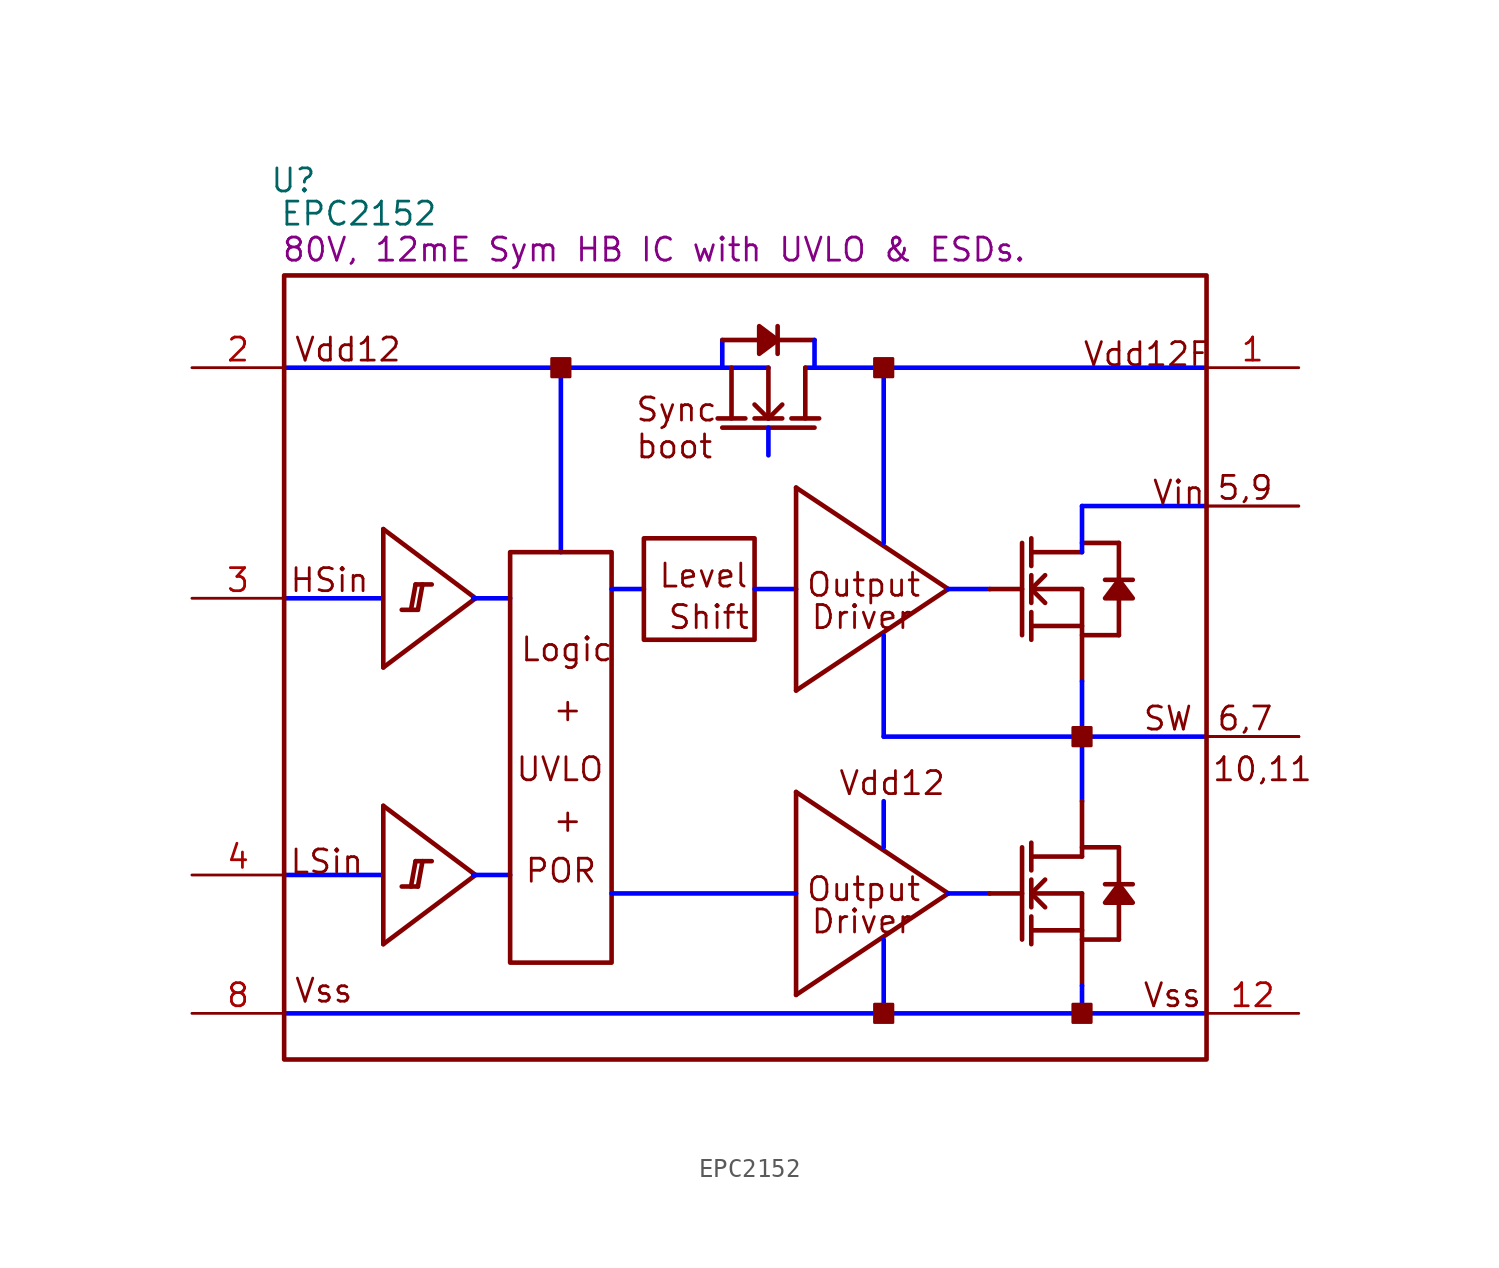
<source format=kicad_sym>
(kicad_symbol_lib
  (version 20220914)
  (generator kicad_symbol_editor)
  (symbol "EPC2152"
    (property "Reference" "U"
      (at 0.508 48.412 0)
      (effects (font (size 1.27 1.27))))
    (property "Value" "EPC2152"
      (at 4.115 46.584 0)
      (effects (font (size 1.27 1.27))))
    (property "Description" "80V, 12mE Sym HB IC with UVLO & ESDs."
      (at 20.371 44.602 0)
      (effects (font (size 1.27 1.27))))
    (symbol "EPC2152_1_0"
      (polyline (pts (xy 0 2.54) (xy 50.8 2.54)) (stroke (width 0.254) (type solid) (color 0 0 255 1)) (fill (type none)))
      (polyline (pts (xy 0 10.16) (xy 5.334 10.16)) (stroke (width 0.254) (type solid) (color 0 0 255 1)) (fill (type none)))
      (polyline (pts (xy 0 25.4) (xy 5.334 25.4)) (stroke (width 0.254) (type solid) (color 0 0 255 1)) (fill (type none)))
      (polyline (pts (xy 0 38.1) (xy 26.67 38.1)) (stroke (width 0.254) (type solid) (color 0 0 255 1)) (fill (type none)))
      (polyline (pts (xy 5.461 6.35) (xy 10.541 10.16)) (stroke (width 0.254) (type solid)) (fill (type none)))
      (polyline (pts (xy 5.461 13.97) (xy 5.461 6.35)) (stroke (width 0.254) (type solid)) (fill (type none)))
      (polyline (pts (xy 5.461 13.97) (xy 10.541 10.16)) (stroke (width 0.254) (type solid)) (fill (type none)))
      (polyline (pts (xy 5.461 21.59) (xy 10.541 25.4)) (stroke (width 0.254) (type solid)) (fill (type none)))
      (polyline (pts (xy 5.461 29.21) (xy 5.461 21.59)) (stroke (width 0.254) (type solid)) (fill (type none)))
      (polyline (pts (xy 5.461 29.21) (xy 10.541 25.4)) (stroke (width 0.254) (type solid)) (fill (type none)))
      (polyline (pts (xy 6.985 9.525) (xy 7.239 10.922)) (stroke (width 0.254) (type solid)) (fill (type none)))
      (polyline (pts (xy 6.985 24.765) (xy 7.239 26.162)) (stroke (width 0.254) (type solid)) (fill (type none)))
      (polyline (pts (xy 7.366 9.525) (xy 6.477 9.525)) (stroke (width 0.254) (type solid)) (fill (type none)))
      (polyline (pts (xy 7.366 9.525) (xy 7.62 10.922)) (stroke (width 0.254) (type solid)) (fill (type none)))
      (polyline (pts (xy 7.366 24.765) (xy 6.477 24.765)) (stroke (width 0.254) (type solid)) (fill (type none)))
      (polyline (pts (xy 7.366 24.765) (xy 7.62 26.162)) (stroke (width 0.254) (type solid)) (fill (type none)))
      (polyline (pts (xy 8.128 10.922) (xy 7.239 10.922)) (stroke (width 0.254) (type solid)) (fill (type none)))
      (polyline (pts (xy 8.128 26.162) (xy 7.239 26.162)) (stroke (width 0.254) (type solid)) (fill (type none)))
      (polyline (pts (xy 10.414 10.16) (xy 12.446 10.16)) (stroke (width 0.254) (type solid) (color 0 0 255 1)) (fill (type none)))
      (polyline (pts (xy 10.414 25.4) (xy 12.446 25.4)) (stroke (width 0.254) (type solid) (color 0 0 255 1)) (fill (type none)))
      (polyline (pts (xy 15.24 27.94) (xy 15.24 38.1)) (stroke (width 0.254) (type solid) (color 0 0 255 1)) (fill (type none)))
      (polyline (pts (xy 18.034 25.908) (xy 19.812 25.908)) (stroke (width 0.254) (type solid) (color 0 0 255 1)) (fill (type none)))
      (polyline (pts (xy 24.13 34.798) (xy 29.21 34.798)) (stroke (width 0.254) (type solid)) (fill (type none)))
      (polyline (pts (xy 24.13 39.624) (xy 24.13 38.1)) (stroke (width 0.254) (type solid) (color 0 0 255 1)) (fill (type none)))
      (polyline (pts (xy 24.13 39.624) (xy 26.162 39.624)) (stroke (width 0.254) (type solid)) (fill (type none)))
      (polyline (pts (xy 24.638 38.1) (xy 24.638 35.306)) (stroke (width 0.254) (type solid)) (fill (type none)))
      (polyline (pts (xy 25.4 35.306) (xy 23.876 35.306)) (stroke (width 0.254) (type solid)) (fill (type none)))
      (polyline (pts (xy 25.908 25.908) (xy 28.194 25.908)) (stroke (width 0.254) (type solid) (color 0 0 255 1)) (fill (type none)))
      (polyline (pts (xy 26.67 34.798) (xy 26.67 33.274)) (stroke (width 0.254) (type solid) (color 0 0 255 1)) (fill (type none)))
      (polyline (pts (xy 26.67 35.306) (xy 25.908 36.068)) (stroke (width 0.254) (type solid)) (fill (type none)))
      (polyline (pts (xy 26.67 35.306) (xy 26.67 38.1)) (stroke (width 0.254) (type solid)) (fill (type none)))
      (polyline (pts (xy 27.178 38.862) (xy 27.178 40.386)) (stroke (width 0.254) (type solid)) (fill (type none)))
      (polyline (pts (xy 27.178 39.624) (xy 29.21 39.624)) (stroke (width 0.254) (type solid)) (fill (type none)))
      (polyline (pts (xy 27.432 35.306) (xy 25.908 35.306)) (stroke (width 0.254) (type solid)) (fill (type none)))
      (polyline (pts (xy 27.432 36.068) (xy 26.67 35.306)) (stroke (width 0.254) (type solid)) (fill (type none)))
      (polyline (pts (xy 28.194 3.556) (xy 36.576 9.144)) (stroke (width 0.254) (type solid)) (fill (type none)))
      (polyline (pts (xy 28.194 9.144) (xy 18.034 9.144)) (stroke (width 0.254) (type solid) (color 0 0 255 1)) (fill (type none)))
      (polyline (pts (xy 28.194 14.732) (xy 28.194 3.556)) (stroke (width 0.254) (type solid)) (fill (type none)))
      (polyline (pts (xy 28.194 14.732) (xy 36.576 9.144)) (stroke (width 0.254) (type solid)) (fill (type none)))
      (polyline (pts (xy 28.194 20.32) (xy 36.576 25.908)) (stroke (width 0.254) (type solid)) (fill (type none)))
      (polyline (pts (xy 28.194 31.496) (xy 28.194 20.32)) (stroke (width 0.254) (type solid)) (fill (type none)))
      (polyline (pts (xy 28.194 31.496) (xy 36.576 25.908)) (stroke (width 0.254) (type solid)) (fill (type none)))
      (polyline (pts (xy 28.702 35.306) (xy 28.702 38.1)) (stroke (width 0.254) (type solid)) (fill (type none)))
      (polyline (pts (xy 28.702 38.1) (xy 50.8 38.1)) (stroke (width 0.254) (type solid) (color 0 0 255 1)) (fill (type none)))
      (polyline (pts (xy 29.21 39.624) (xy 29.21 38.1)) (stroke (width 0.254) (type solid) (color 0 0 255 1)) (fill (type none)))
      (polyline (pts (xy 29.464 35.306) (xy 27.94 35.306)) (stroke (width 0.254) (type solid)) (fill (type none)))
      (polyline (pts (xy 33.02 2.54) (xy 33.02 6.604)) (stroke (width 0.254) (type solid) (color 0 0 255 1)) (fill (type none)))
      (polyline (pts (xy 33.02 11.684) (xy 33.02 14.224)) (stroke (width 0.254) (type solid) (color 0 0 255 1)) (fill (type none)))
      (polyline (pts (xy 33.02 17.78) (xy 33.02 23.368)) (stroke (width 0.254) (type solid) (color 0 0 255 1)) (fill (type none)))
      (polyline (pts (xy 33.02 28.448) (xy 33.02 38.1)) (stroke (width 0.254) (type solid) (color 0 0 255 1)) (fill (type none)))
      (polyline (pts (xy 36.576 9.144) (xy 38.862 9.144)) (stroke (width 0.254) (type solid) (color 0 0 255 1)) (fill (type none)))
      (polyline (pts (xy 36.576 25.908) (xy 38.862 25.908)) (stroke (width 0.254) (type solid) (color 0 0 255 1)) (fill (type none)))
      (polyline (pts (xy 38.862 9.144) (xy 40.64 9.144)) (stroke (width 0.254) (type solid)) (fill (type none)))
      (polyline (pts (xy 38.862 25.908) (xy 40.64 25.908)) (stroke (width 0.254) (type solid)) (fill (type none)))
      (polyline (pts (xy 40.64 11.684) (xy 40.64 6.604)) (stroke (width 0.254) (type solid)) (fill (type none)))
      (polyline (pts (xy 40.64 28.448) (xy 40.64 23.368)) (stroke (width 0.254) (type solid)) (fill (type none)))
      (polyline (pts (xy 41.148 6.35) (xy 41.148 7.874)) (stroke (width 0.254) (type solid)) (fill (type none)))
      (polyline (pts (xy 41.148 7.112) (xy 43.942 7.112)) (stroke (width 0.254) (type solid)) (fill (type none)))
      (polyline (pts (xy 41.148 8.382) (xy 41.148 9.906)) (stroke (width 0.254) (type solid)) (fill (type none)))
      (polyline (pts (xy 41.148 9.144) (xy 41.91 9.906)) (stroke (width 0.254) (type solid)) (fill (type none)))
      (polyline (pts (xy 41.148 9.144) (xy 43.942 9.144)) (stroke (width 0.254) (type solid)) (fill (type none)))
      (polyline (pts (xy 41.148 10.414) (xy 41.148 11.938)) (stroke (width 0.254) (type solid)) (fill (type none)))
      (polyline (pts (xy 41.148 23.114) (xy 41.148 24.638)) (stroke (width 0.254) (type solid)) (fill (type none)))
      (polyline (pts (xy 41.148 23.876) (xy 43.942 23.876)) (stroke (width 0.254) (type solid)) (fill (type none)))
      (polyline (pts (xy 41.148 25.146) (xy 41.148 26.67)) (stroke (width 0.254) (type solid)) (fill (type none)))
      (polyline (pts (xy 41.148 25.908) (xy 41.91 26.67)) (stroke (width 0.254) (type solid)) (fill (type none)))
      (polyline (pts (xy 41.148 25.908) (xy 43.942 25.908)) (stroke (width 0.254) (type solid)) (fill (type none)))
      (polyline (pts (xy 41.148 27.178) (xy 41.148 28.702)) (stroke (width 0.254) (type solid)) (fill (type none)))
      (polyline (pts (xy 41.91 8.382) (xy 41.148 9.144)) (stroke (width 0.254) (type solid)) (fill (type none)))
      (polyline (pts (xy 41.91 25.146) (xy 41.148 25.908)) (stroke (width 0.254) (type solid)) (fill (type none)))
      (polyline (pts (xy 43.942 2.54) (xy 43.942 4.064)) (stroke (width 0.254) (type solid) (color 0 0 255 1)) (fill (type none)))
      (polyline (pts (xy 43.942 6.604) (xy 45.974 6.604)) (stroke (width 0.254) (type solid)) (fill (type none)))
      (polyline (pts (xy 43.942 9.144) (xy 43.942 4.064)) (stroke (width 0.254) (type solid)) (fill (type none)))
      (polyline (pts (xy 43.942 11.176) (xy 41.148 11.176)) (stroke (width 0.254) (type solid)) (fill (type none)))
      (polyline (pts (xy 43.942 11.176) (xy 43.942 14.224)) (stroke (width 0.254) (type solid)) (fill (type none)))
      (polyline (pts (xy 43.942 11.684) (xy 45.974 11.684)) (stroke (width 0.254) (type solid)) (fill (type none)))
      (polyline (pts (xy 43.942 14.224) (xy 43.942 20.828)) (stroke (width 0.254) (type solid) (color 0 0 255 1)) (fill (type none)))
      (polyline (pts (xy 43.942 17.78) (xy 33.02 17.78)) (stroke (width 0.254) (type solid) (color 0 0 255 1)) (fill (type none)))
      (polyline (pts (xy 43.942 17.78) (xy 50.8 17.78)) (stroke (width 0.254) (type solid) (color 0 0 255 1)) (fill (type none)))
      (polyline (pts (xy 43.942 23.368) (xy 45.974 23.368)) (stroke (width 0.254) (type solid)) (fill (type none)))
      (polyline (pts (xy 43.942 25.908) (xy 43.942 20.828)) (stroke (width 0.254) (type solid)) (fill (type none)))
      (polyline (pts (xy 43.942 27.94) (xy 41.148 27.94)) (stroke (width 0.254) (type solid)) (fill (type none)))
      (polyline (pts (xy 43.942 27.94) (xy 43.942 30.48)) (stroke (width 0.254) (type solid) (color 0 0 255 1)) (fill (type none)))
      (polyline (pts (xy 43.942 28.448) (xy 45.974 28.448)) (stroke (width 0.254) (type solid)) (fill (type none)))
      (polyline (pts (xy 43.942 30.48) (xy 50.8 30.48)) (stroke (width 0.254) (type solid) (color 0 0 255 1)) (fill (type none)))
      (polyline (pts (xy 45.974 8.636) (xy 45.974 6.604)) (stroke (width 0.254) (type solid)) (fill (type none)))
      (polyline (pts (xy 45.974 11.684) (xy 45.974 9.652)) (stroke (width 0.254) (type solid)) (fill (type none)))
      (polyline (pts (xy 45.974 25.4) (xy 45.974 23.368)) (stroke (width 0.254) (type solid)) (fill (type none)))
      (polyline (pts (xy 45.974 28.448) (xy 45.974 26.416)) (stroke (width 0.254) (type solid)) (fill (type none)))
      (polyline (pts (xy 46.736 9.652) (xy 45.212 9.652)) (stroke (width 0.254) (type solid)) (fill (type none)))
      (polyline (pts (xy 46.736 26.416) (xy 45.212 26.416)) (stroke (width 0.254) (type solid)) (fill (type none)))
      (polyline (pts (xy 27.178 39.624) (xy 26.162 40.386) (xy 26.162 38.862) (xy 27.178 39.624)) (stroke (width 0.254) (type solid)) (fill (type outline)))
      (polyline (pts (xy 45.974 9.652) (xy 45.212 8.636) (xy 46.736 8.636) (xy 45.974 9.652)) (stroke (width 0.254) (type solid)) (fill (type outline)))
      (polyline (pts (xy 45.974 26.416) (xy 45.212 25.4) (xy 46.736 25.4) (xy 45.974 26.416)) (stroke (width 0.254) (type solid)) (fill (type outline)))
      (rectangle (start 15.748 38.608) (end 14.732 37.592) (stroke (width 0) (type solid)) (fill (type outline)))
      (rectangle (start 18.034 27.94) (end 12.446 5.334) (stroke (width 0.254) (type solid)) (fill (type none)))
      (rectangle (start 25.908 28.702) (end 19.812 23.114) (stroke (width 0.254) (type solid)) (fill (type none)))
      (rectangle (start 33.528 3.048) (end 32.512 2.032) (stroke (width 0) (type solid)) (fill (type outline)))
      (rectangle (start 33.528 38.608) (end 32.512 37.592) (stroke (width 0) (type solid)) (fill (type outline)))
      (rectangle (start 44.45 3.048) (end 43.434 2.032) (stroke (width 0) (type solid)) (fill (type outline)))
      (rectangle (start 44.45 18.288) (end 43.434 17.272) (stroke (width 0) (type solid)) (fill (type outline)))
      (rectangle (start 50.8 43.18) (end 0 0) (stroke (width 0.254) (type solid)) (fill (type none)))
      (text "+" (at 14.732 12.446 0) (effects (font (size 1.27 1.27)) (justify left bottom)))
      (text "+" (at 14.732 18.542 0) (effects (font (size 1.27 1.27)) (justify left bottom)))
      (text "10,11" (at 51.054 15.24 0) (effects (font (size 1.27 1.27)) (justify left bottom)))
      (text "5,9" (at 51.308 30.734 0) (effects (font (size 1.27 1.27)) (justify left bottom)))
      (text "6,7" (at 51.308 18.034 0) (effects (font (size 1.27 1.27)) (justify left bottom)))
      (text "boot" (at 19.304 33.02 0) (effects (font (size 1.27 1.27)) (justify left bottom)))
      (text "Driver" (at 28.956 6.858 0) (effects (font (size 1.27 1.27)) (justify left bottom)))
      (text "Driver" (at 28.956 23.622 0) (effects (font (size 1.27 1.27)) (justify left bottom)))
      (text "HSin" (at 0.254 25.654 0) (effects (font (size 1.27 1.27)) (justify left bottom)))
      (text "Level" (at 20.574 25.908 0) (effects (font (size 1.27 1.27)) (justify left bottom)))
      (text "Logic" (at 12.954 21.844 0) (effects (font (size 1.27 1.27)) (justify left bottom)))
      (text "LSin" (at 0.254 10.16 0) (effects (font (size 1.27 1.27)) (justify left bottom)))
      (text "Output" (at 28.702 8.636 0) (effects (font (size 1.27 1.27)) (justify left bottom)))
      (text "Output" (at 28.702 25.4 0) (effects (font (size 1.27 1.27)) (justify left bottom)))
      (text "POR" (at 13.208 9.652 0) (effects (font (size 1.27 1.27)) (justify left bottom)))
      (text "Shift" (at 21.082 23.622 0) (effects (font (size 1.27 1.27)) (justify left bottom)))
      (text "SW" (at 47.244 18.034 0) (effects (font (size 1.27 1.27)) (justify left bottom)))
      (text "Sync" (at 19.304 35.052 0) (effects (font (size 1.27 1.27)) (justify left bottom)))
      (text "UVLO" (at 12.7 15.24 0) (effects (font (size 1.27 1.27)) (justify left bottom)))
      (text "Vdd12" (at 0.508 38.354 0) (effects (font (size 1.27 1.27)) (justify left bottom)))
      (text "Vdd12" (at 30.48 14.478 0) (effects (font (size 1.27 1.27)) (justify left bottom)))
      (text "Vdd12F" (at 43.942 38.1 0) (effects (font (size 1.27 1.27)) (justify left bottom)))
      (text "Vin" (at 47.752 30.48 0) (effects (font (size 1.27 1.27)) (justify left bottom)))
      (text "Vss" (at 0.508 3.048 0) (effects (font (size 1.27 1.27)) (justify left bottom)))
      (text "Vss" (at 47.244 2.794 0) (effects (font (size 1.27 1.27)) (justify left bottom)))
      (pin passive line (at 55.88 38.1 180) (length 5.08) (name "Vdd12F" (effects (font (size 0 0)))) (number "1" (effects (font (size 1.27 1.27)))))
      (pin passive line (at 55.88 17.78 180) (length 5.08) (name "SW" (effects (font (size 0 0)))) (number "10" (effects (font (size 0 0)))))
      (pin passive line (at 55.88 17.78 180) (length 5.08) (name "SW" (effects (font (size 0 0)))) (number "11" (effects (font (size 0 0)))))
      (pin passive line (at 55.88 2.54 180) (length 5.08) (name "Vss" (effects (font (size 0 0)))) (number "12" (effects (font (size 1.27 1.27)))))
      (pin passive line (at -5.08 38.1 0) (length 5.08) (name "Vdd12" (effects (font (size 0 0)))) (number "2" (effects (font (size 1.27 1.27)))))
      (pin passive line (at -5.08 25.4 0) (length 5.08) (name "HSin" (effects (font (size 0 0)))) (number "3" (effects (font (size 1.27 1.27)))))
      (pin passive line (at -5.08 10.16 0) (length 5.08) (name "LSin" (effects (font (size 0 0)))) (number "4" (effects (font (size 1.27 1.27)))))
      (pin passive line (at 55.88 30.48 180) (length 5.08) (name "Vin" (effects (font (size 0 0)))) (number "5" (effects (font (size 0 0)))))
      (pin passive line (at 55.88 17.78 180) (length 5.08) (name "SW" (effects (font (size 0 0)))) (number "6" (effects (font (size 0 0)))))
      (pin passive line (at 55.88 17.78 180) (length 5.08) (name "SW" (effects (font (size 0 0)))) (number "7" (effects (font (size 0 0)))))
      (pin passive line (at -5.08 2.54 0) (length 5.08) (name "Vss" (effects (font (size 0 0)))) (number "8" (effects (font (size 1.27 1.27)))))
      (pin passive line (at 55.88 30.48 180) (length 5.08) (name "Vin" (effects (font (size 0 0)))) (number "9" (effects (font (size 0 0))))))))
</source>
